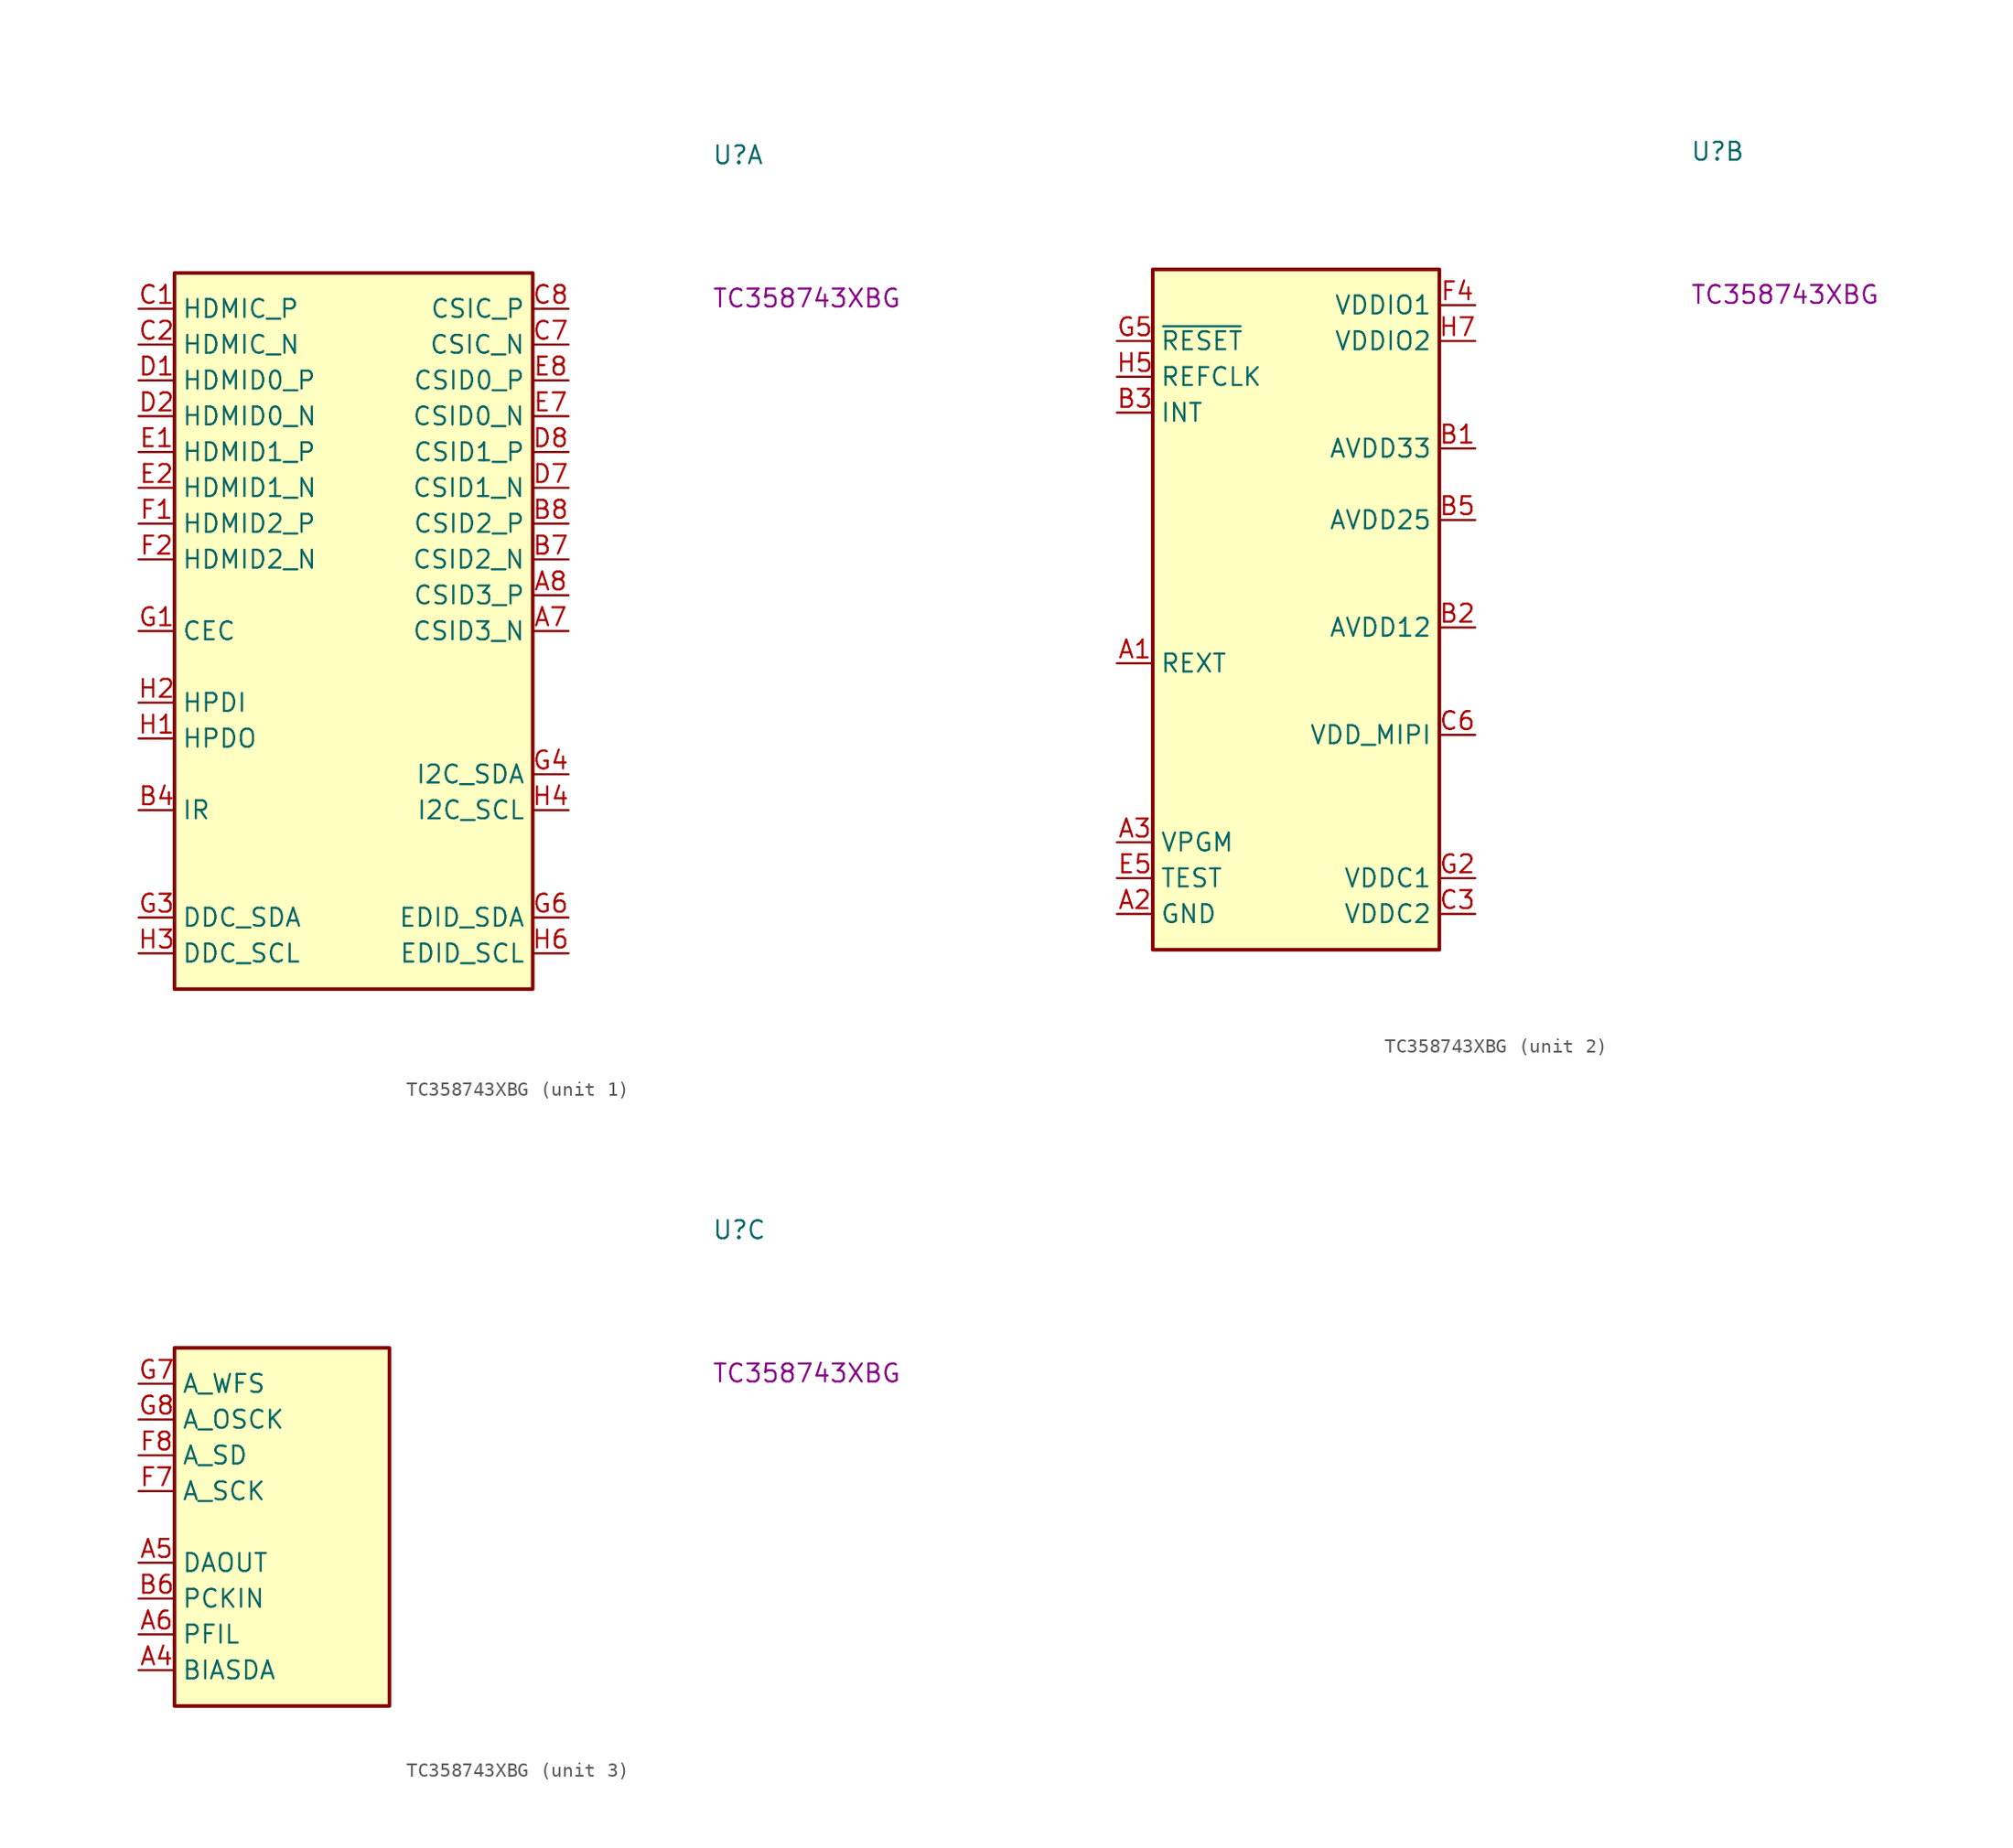
<source format=kicad_sym>
(kicad_symbol_lib
  (version 20220914)
  (generator kicad_symbol_editor)
  (symbol "TC358743XBG"
    (property "Reference" "U"
      (at 40.64 10.16 0)
      (effects (font (size 1.27 1.27) (thickness 0.15)) (justify left bottom)))
    (property "MPN" "TC358743XBG"
      (at 40.64 0 0)
      (effects (font (size 1.27 1.27) (thickness 0.15)) (justify left bottom)))
    (property "ki_locked" ""
      (at 0 0 0)
      (effects (font (size 1.27 1.27))))
    (symbol "TC358743XBG_1_1"
      (rectangle (start 2.54 2.54) (end 27.94 -48.26) (stroke (width 0.254) (type default)) (fill (type background)))
      (pin output line (at 30.48 -22.86 180) (length 2.54) (name "CSID3_N" (effects (font (size 1.27 1.27)))) (number "A7" (effects (font (size 1.27 1.27)))))
      (pin output line (at 30.48 -20.32 180) (length 2.54) (name "CSID3_P" (effects (font (size 1.27 1.27)))) (number "A8" (effects (font (size 1.27 1.27)))))
      (pin input line (at 0 -35.56 0) (length 2.54) (name "IR" (effects (font (size 1.27 1.27)))) (number "B4" (effects (font (size 1.27 1.27)))))
      (pin output line (at 30.48 -17.78 180) (length 2.54) (name "CSID2_N" (effects (font (size 1.27 1.27)))) (number "B7" (effects (font (size 1.27 1.27)))))
      (pin output line (at 30.48 -15.24 180) (length 2.54) (name "CSID2_P" (effects (font (size 1.27 1.27)))) (number "B8" (effects (font (size 1.27 1.27)))))
      (pin input line (at 0 0 0) (length 2.54) (name "HDMIC_P" (effects (font (size 1.27 1.27)))) (number "C1" (effects (font (size 1.27 1.27)))))
      (pin input line (at 0 -2.54 0) (length 2.54) (name "HDMIC_N" (effects (font (size 1.27 1.27)))) (number "C2" (effects (font (size 1.27 1.27)))))
      (pin output line (at 30.48 -2.54 180) (length 2.54) (name "CSIC_N" (effects (font (size 1.27 1.27)))) (number "C7" (effects (font (size 1.27 1.27)))))
      (pin output line (at 30.48 0 180) (length 2.54) (name "CSIC_P" (effects (font (size 1.27 1.27)))) (number "C8" (effects (font (size 1.27 1.27)))))
      (pin input line (at 0 -5.08 0) (length 2.54) (name "HDMID0_P" (effects (font (size 1.27 1.27)))) (number "D1" (effects (font (size 1.27 1.27)))))
      (pin input line (at 0 -7.62 0) (length 2.54) (name "HDMID0_N" (effects (font (size 1.27 1.27)))) (number "D2" (effects (font (size 1.27 1.27)))))
      (pin output line (at 30.48 -12.7 180) (length 2.54) (name "CSID1_N" (effects (font (size 1.27 1.27)))) (number "D7" (effects (font (size 1.27 1.27)))))
      (pin output line (at 30.48 -10.16 180) (length 2.54) (name "CSID1_P" (effects (font (size 1.27 1.27)))) (number "D8" (effects (font (size 1.27 1.27)))))
      (pin input line (at 0 -10.16 0) (length 2.54) (name "HDMID1_P" (effects (font (size 1.27 1.27)))) (number "E1" (effects (font (size 1.27 1.27)))))
      (pin input line (at 0 -12.7 0) (length 2.54) (name "HDMID1_N" (effects (font (size 1.27 1.27)))) (number "E2" (effects (font (size 1.27 1.27)))))
      (pin output line (at 30.48 -7.62 180) (length 2.54) (name "CSID0_N" (effects (font (size 1.27 1.27)))) (number "E7" (effects (font (size 1.27 1.27)))))
      (pin output line (at 30.48 -5.08 180) (length 2.54) (name "CSID0_P" (effects (font (size 1.27 1.27)))) (number "E8" (effects (font (size 1.27 1.27)))))
      (pin input line (at 0 -15.24 0) (length 2.54) (name "HDMID2_P" (effects (font (size 1.27 1.27)))) (number "F1" (effects (font (size 1.27 1.27)))))
      (pin input line (at 0 -17.78 0) (length 2.54) (name "HDMID2_N" (effects (font (size 1.27 1.27)))) (number "F2" (effects (font (size 1.27 1.27)))))
      (pin bidirectional line (at 0 -22.86 0) (length 2.54) (name "CEC" (effects (font (size 1.27 1.27)))) (number "G1" (effects (font (size 1.27 1.27)))))
      (pin bidirectional line (at 0 -43.18 0) (length 2.54) (name "DDC_SDA" (effects (font (size 1.27 1.27)))) (number "G3" (effects (font (size 1.27 1.27)))))
      (pin bidirectional line (at 30.48 -33.02 180) (length 2.54) (name "I2C_SDA" (effects (font (size 1.27 1.27)))) (number "G4" (effects (font (size 1.27 1.27)))))
      (pin bidirectional line (at 30.48 -43.18 180) (length 2.54) (name "EDID_SDA" (effects (font (size 1.27 1.27)))) (number "G6" (effects (font (size 1.27 1.27)))))
      (pin output line (at 0 -30.48 0) (length 2.54) (name "HPDO" (effects (font (size 1.27 1.27)))) (number "H1" (effects (font (size 1.27 1.27)))))
      (pin input line (at 0 -27.94 0) (length 2.54) (name "HPDI" (effects (font (size 1.27 1.27)))) (number "H2" (effects (font (size 1.27 1.27)))))
      (pin bidirectional line (at 0 -45.72 0) (length 2.54) (name "DDC_SCL" (effects (font (size 1.27 1.27)))) (number "H3" (effects (font (size 1.27 1.27)))))
      (pin bidirectional line (at 30.48 -35.56 180) (length 2.54) (name "I2C_SCL" (effects (font (size 1.27 1.27)))) (number "H4" (effects (font (size 1.27 1.27)))))
      (pin bidirectional line (at 30.48 -45.72 180) (length 2.54) (name "EDID_SCL" (effects (font (size 1.27 1.27)))) (number "H6" (effects (font (size 1.27 1.27))))))
    (symbol "TC358743XBG_2_1"
      (rectangle (start 2.54 2.54) (end 22.86 -45.72) (stroke (width 0.254) (type default)) (fill (type background)))
      (pin input line (at 0 -25.4 0) (length 2.54) (name "REXT" (effects (font (size 1.27 1.27)))) (number "A1" (effects (font (size 1.27 1.27)))))
      (pin power_in line (at 0 -43.18 0) (length 2.54) (name "GND" (effects (font (size 1.27 1.27)))) (number "A2" (effects (font (size 1.27 1.27)))))
      (pin input line (at 0 -38.1 0) (length 2.54) (name "VPGM" (effects (font (size 1.27 1.27)))) (number "A3" (effects (font (size 1.27 1.27)))))
      (pin power_in line (at 25.4 -10.16 180) (length 2.54) (name "AVDD33" (effects (font (size 1.27 1.27)))) (number "B1" (effects (font (size 1.27 1.27)))))
      (pin power_in line (at 25.4 -22.86 180) (length 2.54) (name "AVDD12" (effects (font (size 1.27 1.27)))) (number "B2" (effects (font (size 1.27 1.27)))))
      (pin output line (at 0 -7.62 0) (length 2.54) (name "INT" (effects (font (size 1.27 1.27)))) (number "B3" (effects (font (size 1.27 1.27)))))
      (pin power_in line (at 25.4 -15.24 180) (length 2.54) (name "AVDD25" (effects (font (size 1.27 1.27)))) (number "B5" (effects (font (size 1.27 1.27)))))
      (pin power_in line (at 25.4 -43.18 180) (length 2.54) (name "VDDC2" (effects (font (size 1.27 1.27)))) (number "C3" (effects (font (size 1.27 1.27)))))
      (pin passive line (at 0 -43.18 0) (length 2.54) hide (name "GND" (effects (font (size 1.27 1.27)))) (number "C4" (effects (font (size 1.27 1.27)))))
      (pin passive line (at 0 -43.18 0) (length 2.54) hide (name "GND" (effects (font (size 1.27 1.27)))) (number "C5" (effects (font (size 1.27 1.27)))))
      (pin power_in line (at 25.4 -30.48 180) (length 2.54) (name "VDD_MIPI" (effects (font (size 1.27 1.27)))) (number "C6" (effects (font (size 1.27 1.27)))))
      (pin passive line (at 25.4 -22.86 180) (length 2.54) hide (name "AVDD12" (effects (font (size 1.27 1.27)))) (number "D3" (effects (font (size 1.27 1.27)))))
      (pin passive line (at 0 -43.18 0) (length 2.54) hide (name "GND" (effects (font (size 1.27 1.27)))) (number "D4" (effects (font (size 1.27 1.27)))))
      (pin passive line (at 0 -43.18 0) (length 2.54) hide (name "GND" (effects (font (size 1.27 1.27)))) (number "D5" (effects (font (size 1.27 1.27)))))
      (pin passive line (at 0 -43.18 0) (length 2.54) hide (name "GND" (effects (font (size 1.27 1.27)))) (number "D6" (effects (font (size 1.27 1.27)))))
      (pin passive line (at 0 -43.18 0) (length 2.54) hide (name "GND" (effects (font (size 1.27 1.27)))) (number "E3" (effects (font (size 1.27 1.27)))))
      (pin passive line (at 0 -43.18 0) (length 2.54) hide (name "GND" (effects (font (size 1.27 1.27)))) (number "E4" (effects (font (size 1.27 1.27)))))
      (pin input line (at 0 -40.64 0) (length 2.54) (name "TEST" (effects (font (size 1.27 1.27)))) (number "E5" (effects (font (size 1.27 1.27)))))
      (pin passive line (at 0 -43.18 0) (length 2.54) hide (name "GND" (effects (font (size 1.27 1.27)))) (number "E6" (effects (font (size 1.27 1.27)))))
      (pin passive line (at 25.4 -10.16 180) (length 2.54) hide (name "AVDD33" (effects (font (size 1.27 1.27)))) (number "F3" (effects (font (size 1.27 1.27)))))
      (pin power_in line (at 25.4 0 180) (length 2.54) (name "VDDIO1" (effects (font (size 1.27 1.27)))) (number "F4" (effects (font (size 1.27 1.27)))))
      (pin passive line (at 25.4 -43.18 180) (length 2.54) hide (name "VDDC2" (effects (font (size 1.27 1.27)))) (number "F5" (effects (font (size 1.27 1.27)))))
      (pin passive line (at 25.4 -30.48 180) (length 2.54) hide (name "VDD_MIPI" (effects (font (size 1.27 1.27)))) (number "F6" (effects (font (size 1.27 1.27)))))
      (pin power_in line (at 25.4 -40.64 180) (length 2.54) (name "VDDC1" (effects (font (size 1.27 1.27)))) (number "G2" (effects (font (size 1.27 1.27)))))
      (pin input line (at 0 -2.54 0) (length 2.54) (name "~{RESET}" (effects (font (size 1.27 1.27)))) (number "G5" (effects (font (size 1.27 1.27)))))
      (pin input line (at 0 -5.08 0) (length 2.54) (name "REFCLK" (effects (font (size 1.27 1.27)))) (number "H5" (effects (font (size 1.27 1.27)))))
      (pin power_in line (at 25.4 -2.54 180) (length 2.54) (name "VDDIO2" (effects (font (size 1.27 1.27)))) (number "H7" (effects (font (size 1.27 1.27)))))
      (pin passive line (at 0 -43.18 0) (length 2.54) hide (name "GND" (effects (font (size 1.27 1.27)))) (number "H8" (effects (font (size 1.27 1.27))))))
    (symbol "TC358743XBG_3_1"
      (rectangle (start 2.54 2.54) (end 17.78 -22.86) (stroke (width 0.254) (type default)) (fill (type background)))
      (pin output line (at 0 -20.32 0) (length 2.54) (name "BIASDA" (effects (font (size 1.27 1.27)))) (number "A4" (effects (font (size 1.27 1.27)))))
      (pin output line (at 0 -12.7 0) (length 2.54) (name "DAOUT" (effects (font (size 1.27 1.27)))) (number "A5" (effects (font (size 1.27 1.27)))))
      (pin output line (at 0 -17.78 0) (length 2.54) (name "PFIL" (effects (font (size 1.27 1.27)))) (number "A6" (effects (font (size 1.27 1.27)))))
      (pin input line (at 0 -15.24 0) (length 2.54) (name "PCKIN" (effects (font (size 1.27 1.27)))) (number "B6" (effects (font (size 1.27 1.27)))))
      (pin output line (at 0 -7.62 0) (length 2.54) (name "A_SCK" (effects (font (size 1.27 1.27)))) (number "F7" (effects (font (size 1.27 1.27)))))
      (pin output line (at 0 -5.08 0) (length 2.54) (name "A_SD" (effects (font (size 1.27 1.27)))) (number "F8" (effects (font (size 1.27 1.27)))))
      (pin output line (at 0 0 0) (length 2.54) (name "A_WFS" (effects (font (size 1.27 1.27)))) (number "G7" (effects (font (size 1.27 1.27)))))
      (pin output line (at 0 -2.54 0) (length 2.54) (name "A_OSCK" (effects (font (size 1.27 1.27)))) (number "G8" (effects (font (size 1.27 1.27))))))))
</source>
